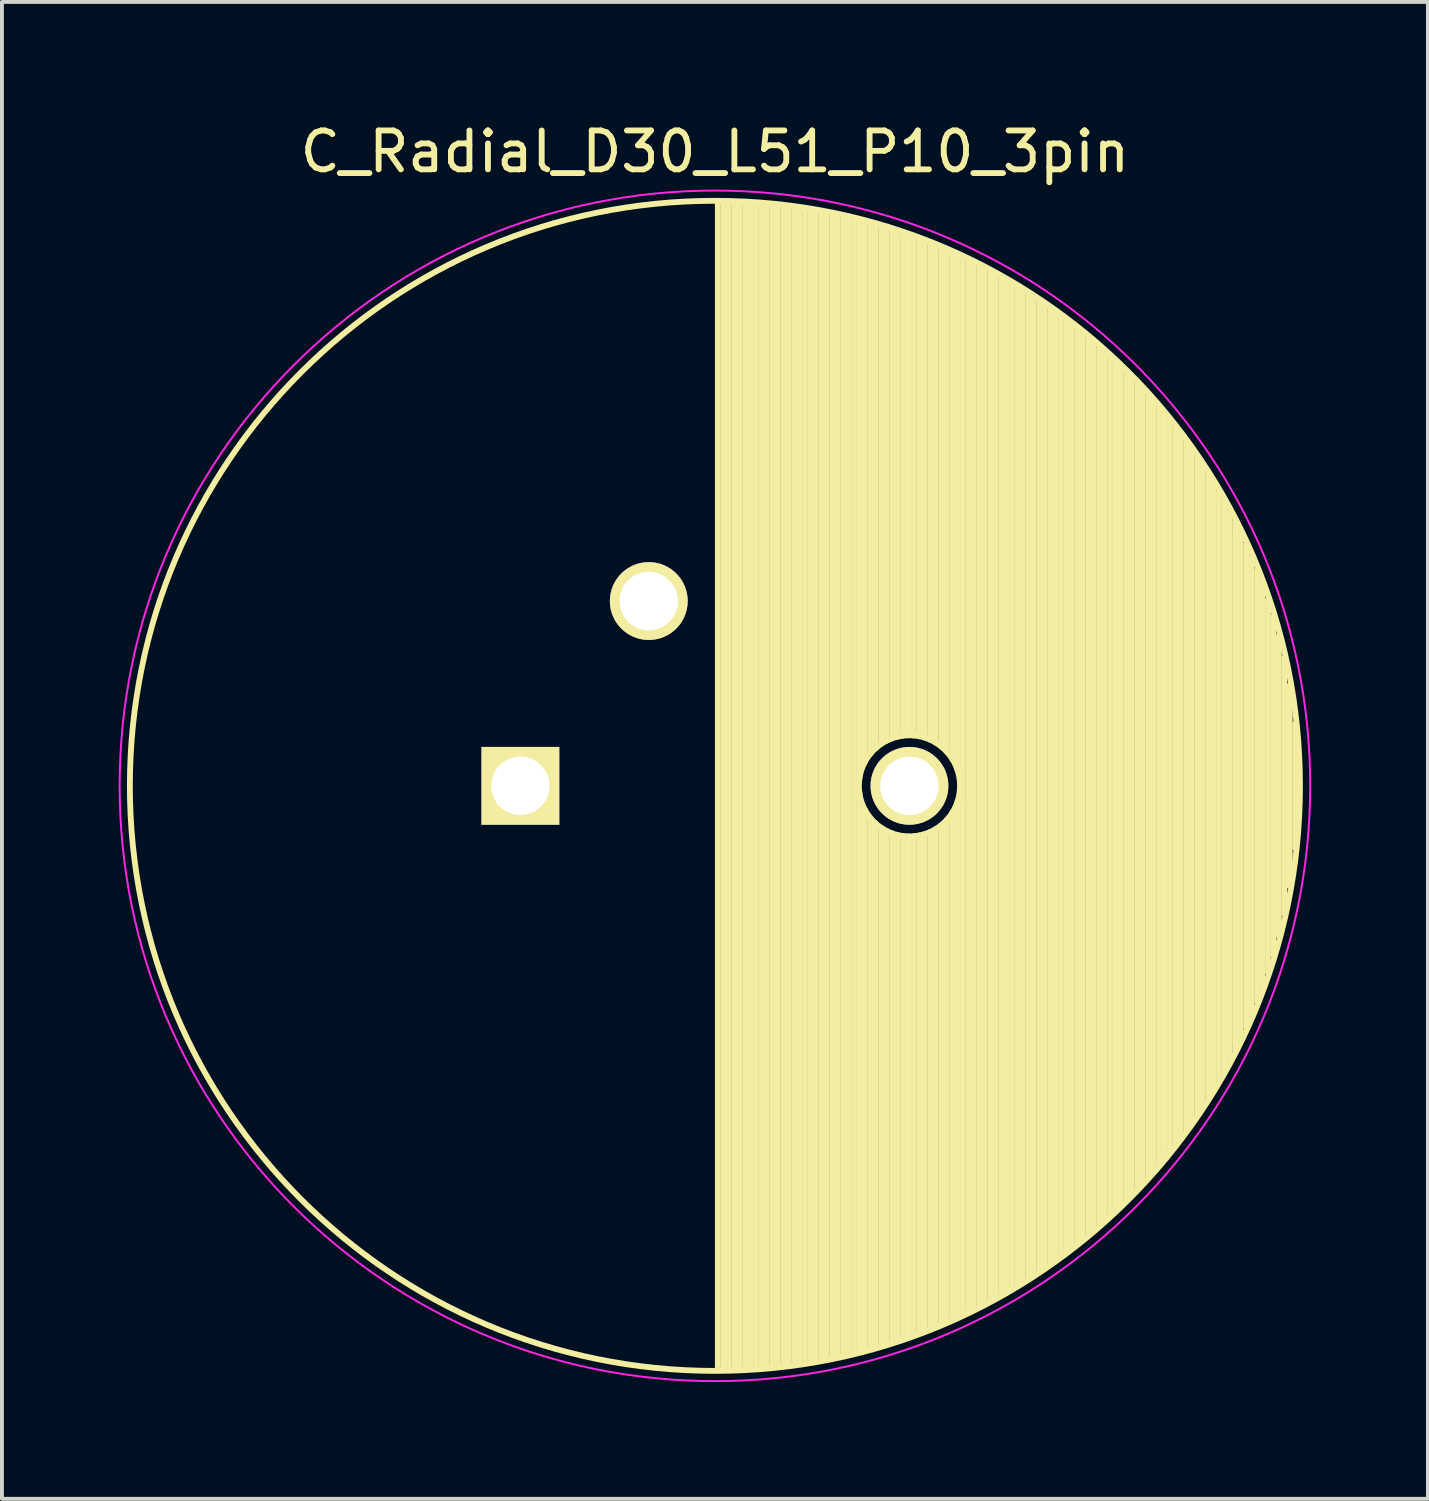
<source format=kicad_pcb>
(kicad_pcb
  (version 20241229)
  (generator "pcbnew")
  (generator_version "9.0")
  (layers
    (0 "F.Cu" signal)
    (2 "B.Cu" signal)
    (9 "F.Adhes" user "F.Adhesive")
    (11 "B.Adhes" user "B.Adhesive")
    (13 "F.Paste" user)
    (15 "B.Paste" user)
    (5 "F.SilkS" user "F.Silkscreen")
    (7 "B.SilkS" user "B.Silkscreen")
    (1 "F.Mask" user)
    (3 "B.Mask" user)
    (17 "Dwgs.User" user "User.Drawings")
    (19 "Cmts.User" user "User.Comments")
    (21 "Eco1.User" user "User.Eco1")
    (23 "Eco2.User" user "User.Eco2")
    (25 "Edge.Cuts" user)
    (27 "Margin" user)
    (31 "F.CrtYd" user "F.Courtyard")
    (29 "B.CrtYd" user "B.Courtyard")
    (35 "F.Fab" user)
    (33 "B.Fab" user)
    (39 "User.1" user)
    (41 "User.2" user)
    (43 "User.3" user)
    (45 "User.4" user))
  (footprint "C_Radial_D30_L51_P10_3pin"
    (layer "F.Cu")
    (at 10.325 17.148)
    (property "Reference" "C_Radial_D30_L51_P10_3pin" (at 5 -16.3 0) (layer "F.SilkS") (effects (font (size 1 1) (thickness 0.15))))
    (attr through_hole)
    (fp_line (start 5.075 -15) (end 5.075 15) (stroke (width 0.15) (type solid)) (layer "F.SilkS"))
    (fp_line (start 5.215 -14.998) (end 5.215 14.998) (stroke (width 0.15) (type solid)) (layer "F.SilkS"))
    (fp_line (start 5.355 -14.996) (end 5.355 14.996) (stroke (width 0.15) (type solid)) (layer "F.SilkS"))
    (fp_line (start 5.495 -14.992) (end 5.495 14.992) (stroke (width 0.15) (type solid)) (layer "F.SilkS"))
    (fp_line (start 5.635 -14.987) (end 5.635 14.987) (stroke (width 0.15) (type solid)) (layer "F.SilkS"))
    (fp_line (start 5.775 -14.98) (end 5.775 14.98) (stroke (width 0.15) (type solid)) (layer "F.SilkS"))
    (fp_line (start 5.915 -14.972) (end 5.915 14.972) (stroke (width 0.15) (type solid)) (layer "F.SilkS"))
    (fp_line (start 6.055 -14.963) (end 6.055 14.963) (stroke (width 0.15) (type solid)) (layer "F.SilkS"))
    (fp_line (start 6.195 -14.952) (end 6.195 14.952) (stroke (width 0.15) (type solid)) (layer "F.SilkS"))
    (fp_line (start 6.335 -14.94) (end 6.335 14.94) (stroke (width 0.15) (type solid)) (layer "F.SilkS"))
    (fp_line (start 6.475 -14.927) (end 6.475 14.927) (stroke (width 0.15) (type solid)) (layer "F.SilkS"))
    (fp_line (start 6.615 -14.913) (end 6.615 14.913) (stroke (width 0.15) (type solid)) (layer "F.SilkS"))
    (fp_line (start 6.755 -14.897) (end 6.755 14.897) (stroke (width 0.15) (type solid)) (layer "F.SilkS"))
    (fp_line (start 6.895 -14.88) (end 6.895 14.88) (stroke (width 0.15) (type solid)) (layer "F.SilkS"))
    (fp_line (start 7.035 -14.861) (end 7.035 14.861) (stroke (width 0.15) (type solid)) (layer "F.SilkS"))
    (fp_line (start 7.175 -14.841) (end 7.175 14.841) (stroke (width 0.15) (type solid)) (layer "F.SilkS"))
    (fp_line (start 7.315 -14.82) (end 7.315 14.82) (stroke (width 0.15) (type solid)) (layer "F.SilkS"))
    (fp_line (start 7.455 -14.798) (end 7.455 14.798) (stroke (width 0.15) (type solid)) (layer "F.SilkS"))
    (fp_line (start 7.595 -14.774) (end 7.595 14.774) (stroke (width 0.15) (type solid)) (layer "F.SilkS"))
    (fp_line (start 7.735 -14.749) (end 7.735 14.749) (stroke (width 0.15) (type solid)) (layer "F.SilkS"))
    (fp_line (start 7.875 -14.722) (end 7.875 14.722) (stroke (width 0.15) (type solid)) (layer "F.SilkS"))
    (fp_line (start 8.015 -14.694) (end 8.015 14.694) (stroke (width 0.15) (type solid)) (layer "F.SilkS"))
    (fp_line (start 8.155 -14.664) (end 8.155 14.664) (stroke (width 0.15) (type solid)) (layer "F.SilkS"))
    (fp_line (start 8.295 -14.634) (end 8.295 14.634) (stroke (width 0.15) (type solid)) (layer "F.SilkS"))
    (fp_line (start 8.435 -14.601) (end 8.435 14.601) (stroke (width 0.15) (type solid)) (layer "F.SilkS"))
    (fp_line (start 8.575 -14.568) (end 8.575 14.568) (stroke (width 0.15) (type solid)) (layer "F.SilkS"))
    (fp_line (start 8.715 -14.533) (end 8.715 -0.197) (stroke (width 0.15) (type solid)) (layer "F.SilkS"))
    (fp_line (start 8.715 0.197) (end 8.715 14.533) (stroke (width 0.15) (type solid)) (layer "F.SilkS"))
    (fp_line (start 8.855 -14.496) (end 8.855 -0.616) (stroke (width 0.15) (type solid)) (layer "F.SilkS"))
    (fp_line (start 8.855 0.616) (end 8.855 14.496) (stroke (width 0.15) (type solid)) (layer "F.SilkS"))
    (fp_line (start 8.995 -14.458) (end 8.995 -0.825) (stroke (width 0.15) (type solid)) (layer "F.SilkS"))
    (fp_line (start 8.995 0.825) (end 8.995 14.458) (stroke (width 0.15) (type solid)) (layer "F.SilkS"))
    (fp_line (start 9.135 -14.419) (end 9.135 -0.97) (stroke (width 0.15) (type solid)) (layer "F.SilkS"))
    (fp_line (start 9.135 0.97) (end 9.135 14.419) (stroke (width 0.15) (type solid)) (layer "F.SilkS"))
    (fp_line (start 9.275 -14.378) (end 9.275 -1.079) (stroke (width 0.15) (type solid)) (layer "F.SilkS"))
    (fp_line (start 9.275 1.079) (end 9.275 14.378) (stroke (width 0.15) (type solid)) (layer "F.SilkS"))
    (fp_line (start 9.415 -14.336) (end 9.415 -1.161) (stroke (width 0.15) (type solid)) (layer "F.SilkS"))
    (fp_line (start 9.415 1.161) (end 9.415 14.336) (stroke (width 0.15) (type solid)) (layer "F.SilkS"))
    (fp_line (start 9.555 -14.292) (end 9.555 -1.221) (stroke (width 0.15) (type solid)) (layer "F.SilkS"))
    (fp_line (start 9.555 1.221) (end 9.555 14.292) (stroke (width 0.15) (type solid)) (layer "F.SilkS"))
    (fp_line (start 9.695 -14.246) (end 9.695 -1.264) (stroke (width 0.15) (type solid)) (layer "F.SilkS"))
    (fp_line (start 9.695 1.264) (end 9.695 14.246) (stroke (width 0.15) (type solid)) (layer "F.SilkS"))
    (fp_line (start 9.835 -14.199) (end 9.835 -1.289) (stroke (width 0.15) (type solid)) (layer "F.SilkS"))
    (fp_line (start 9.835 1.289) (end 9.835 14.199) (stroke (width 0.15) (type solid)) (layer "F.SilkS"))
    (fp_line (start 9.975 -14.151) (end 9.975 -1.3) (stroke (width 0.15) (type solid)) (layer "F.SilkS"))
    (fp_line (start 9.975 1.3) (end 9.975 14.151) (stroke (width 0.15) (type solid)) (layer "F.SilkS"))
    (fp_line (start 10.115 -14.101) (end 10.115 -1.295) (stroke (width 0.15) (type solid)) (layer "F.SilkS"))
    (fp_line (start 10.115 1.295) (end 10.115 14.101) (stroke (width 0.15) (type solid)) (layer "F.SilkS"))
    (fp_line (start 10.255 -14.049) (end 10.255 -1.275) (stroke (width 0.15) (type solid)) (layer "F.SilkS"))
    (fp_line (start 10.255 1.275) (end 10.255 14.049) (stroke (width 0.15) (type solid)) (layer "F.SilkS"))
    (fp_line (start 10.395 -13.996) (end 10.395 -1.239) (stroke (width 0.15) (type solid)) (layer "F.SilkS"))
    (fp_line (start 10.395 1.239) (end 10.395 13.996) (stroke (width 0.15) (type solid)) (layer "F.SilkS"))
    (fp_line (start 10.535 -13.941) (end 10.535 -1.185) (stroke (width 0.15) (type solid)) (layer "F.SilkS"))
    (fp_line (start 10.535 1.185) (end 10.535 13.941) (stroke (width 0.15) (type solid)) (layer "F.SilkS"))
    (fp_line (start 10.675 -13.885) (end 10.675 -1.111) (stroke (width 0.15) (type solid)) (layer "F.SilkS"))
    (fp_line (start 10.675 1.111) (end 10.675 13.885) (stroke (width 0.15) (type solid)) (layer "F.SilkS"))
    (fp_line (start 10.815 -13.827) (end 10.815 -1.013) (stroke (width 0.15) (type solid)) (layer "F.SilkS"))
    (fp_line (start 10.815 1.013) (end 10.815 13.827) (stroke (width 0.15) (type solid)) (layer "F.SilkS"))
    (fp_line (start 10.955 -13.767) (end 10.955 -0.882) (stroke (width 0.15) (type solid)) (layer "F.SilkS"))
    (fp_line (start 10.955 0.882) (end 10.955 13.767) (stroke (width 0.15) (type solid)) (layer "F.SilkS"))
    (fp_line (start 11.095 -13.706) (end 11.095 -0.701) (stroke (width 0.15) (type solid)) (layer "F.SilkS"))
    (fp_line (start 11.095 0.701) (end 11.095 13.706) (stroke (width 0.15) (type solid)) (layer "F.SilkS"))
    (fp_line (start 11.235 -13.643) (end 11.235 -0.406) (stroke (width 0.15) (type solid)) (layer "F.SilkS"))
    (fp_line (start 11.235 0.406) (end 11.235 13.643) (stroke (width 0.15) (type solid)) (layer "F.SilkS"))
    (fp_line (start 11.375 -13.578) (end 11.375 13.578) (stroke (width 0.15) (type solid)) (layer "F.SilkS"))
    (fp_line (start 11.515 -13.511) (end 11.515 13.511) (stroke (width 0.15) (type solid)) (layer "F.SilkS"))
    (fp_line (start 11.655 -13.443) (end 11.655 13.443) (stroke (width 0.15) (type solid)) (layer "F.SilkS"))
    (fp_line (start 11.795 -13.373) (end 11.795 13.373) (stroke (width 0.15) (type solid)) (layer "F.SilkS"))
    (fp_line (start 11.935 -13.301) (end 11.935 13.301) (stroke (width 0.15) (type solid)) (layer "F.SilkS"))
    (fp_line (start 12.075 -13.227) (end 12.075 13.227) (stroke (width 0.15) (type solid)) (layer "F.SilkS"))
    (fp_line (start 12.215 -13.151) (end 12.215 13.151) (stroke (width 0.15) (type solid)) (layer "F.SilkS"))
    (fp_line (start 12.355 -13.073) (end 12.355 13.073) (stroke (width 0.15) (type solid)) (layer "F.SilkS"))
    (fp_line (start 12.495 -12.993) (end 12.495 12.993) (stroke (width 0.15) (type solid)) (layer "F.SilkS"))
    (fp_line (start 12.635 -12.911) (end 12.635 12.911) (stroke (width 0.15) (type solid)) (layer "F.SilkS"))
    (fp_line (start 12.775 -12.828) (end 12.775 12.828) (stroke (width 0.15) (type solid)) (layer "F.SilkS"))
    (fp_line (start 12.915 -12.742) (end 12.915 12.742) (stroke (width 0.15) (type solid)) (layer "F.SilkS"))
    (fp_line (start 13.055 -12.654) (end 13.055 12.654) (stroke (width 0.15) (type solid)) (layer "F.SilkS"))
    (fp_line (start 13.195 -12.564) (end 13.195 12.564) (stroke (width 0.15) (type solid)) (layer "F.SilkS"))
    (fp_line (start 13.335 -12.471) (end 13.335 12.471) (stroke (width 0.15) (type solid)) (layer "F.SilkS"))
    (fp_line (start 13.475 -12.376) (end 13.475 12.376) (stroke (width 0.15) (type solid)) (layer "F.SilkS"))
    (fp_line (start 13.615 -12.279) (end 13.615 12.279) (stroke (width 0.15) (type solid)) (layer "F.SilkS"))
    (fp_line (start 13.755 -12.18) (end 13.755 12.18) (stroke (width 0.15) (type solid)) (layer "F.SilkS"))
    (fp_line (start 13.895 -12.078) (end 13.895 12.078) (stroke (width 0.15) (type solid)) (layer "F.SilkS"))
    (fp_line (start 14.035 -11.974) (end 14.035 11.974) (stroke (width 0.15) (type solid)) (layer "F.SilkS"))
    (fp_line (start 14.175 -11.867) (end 14.175 11.867) (stroke (width 0.15) (type solid)) (layer "F.SilkS"))
    (fp_line (start 14.315 -11.757) (end 14.315 11.757) (stroke (width 0.15) (type solid)) (layer "F.SilkS"))
    (fp_line (start 14.455 -11.645) (end 14.455 11.645) (stroke (width 0.15) (type solid)) (layer "F.SilkS"))
    (fp_line (start 14.595 -11.53) (end 14.595 11.53) (stroke (width 0.15) (type solid)) (layer "F.SilkS"))
    (fp_line (start 14.735 -11.412) (end 14.735 11.412) (stroke (width 0.15) (type solid)) (layer "F.SilkS"))
    (fp_line (start 14.875 -11.291) (end 14.875 11.291) (stroke (width 0.15) (type solid)) (layer "F.SilkS"))
    (fp_line (start 15.015 -11.167) (end 15.015 11.167) (stroke (width 0.15) (type solid)) (layer "F.SilkS"))
    (fp_line (start 15.155 -11.04) (end 15.155 11.04) (stroke (width 0.15) (type solid)) (layer "F.SilkS"))
    (fp_line (start 15.295 -10.909) (end 15.295 10.909) (stroke (width 0.15) (type solid)) (layer "F.SilkS"))
    (fp_line (start 15.435 -10.775) (end 15.435 10.775) (stroke (width 0.15) (type solid)) (layer "F.SilkS"))
    (fp_line (start 15.575 -10.638) (end 15.575 10.638) (stroke (width 0.15) (type solid)) (layer "F.SilkS"))
    (fp_line (start 15.715 -10.497) (end 15.715 10.497) (stroke (width 0.15) (type solid)) (layer "F.SilkS"))
    (fp_line (start 15.855 -10.352) (end 15.855 10.352) (stroke (width 0.15) (type solid)) (layer "F.SilkS"))
    (fp_line (start 15.995 -10.203) (end 15.995 10.203) (stroke (width 0.15) (type solid)) (layer "F.SilkS"))
    (fp_line (start 16.135 -10.05) (end 16.135 10.05) (stroke (width 0.15) (type solid)) (layer "F.SilkS"))
    (fp_line (start 16.275 -9.893) (end 16.275 9.893) (stroke (width 0.15) (type solid)) (layer "F.SilkS"))
    (fp_line (start 16.415 -9.731) (end 16.415 9.731) (stroke (width 0.15) (type solid)) (layer "F.SilkS"))
    (fp_line (start 16.555 -9.565) (end 16.555 9.565) (stroke (width 0.15) (type solid)) (layer "F.SilkS"))
    (fp_line (start 16.695 -9.393) (end 16.695 9.393) (stroke (width 0.15) (type solid)) (layer "F.SilkS"))
    (fp_line (start 16.835 -9.216) (end 16.835 9.216) (stroke (width 0.15) (type solid)) (layer "F.SilkS"))
    (fp_line (start 16.975 -9.033) (end 16.975 9.033) (stroke (width 0.15) (type solid)) (layer "F.SilkS"))
    (fp_line (start 17.115 -8.845) (end 17.115 8.845) (stroke (width 0.15) (type solid)) (layer "F.SilkS"))
    (fp_line (start 17.255 -8.65) (end 17.255 8.65) (stroke (width 0.15) (type solid)) (layer "F.SilkS"))
    (fp_line (start 17.395 -8.448) (end 17.395 8.448) (stroke (width 0.15) (type solid)) (layer "F.SilkS"))
    (fp_line (start 17.535 -8.239) (end 17.535 8.239) (stroke (width 0.15) (type solid)) (layer "F.SilkS"))
    (fp_line (start 17.675 -8.021) (end 17.675 8.021) (stroke (width 0.15) (type solid)) (layer "F.SilkS"))
    (fp_line (start 17.815 -7.796) (end 17.815 7.796) (stroke (width 0.15) (type solid)) (layer "F.SilkS"))
    (fp_line (start 17.955 -7.561) (end 17.955 7.561) (stroke (width 0.15) (type solid)) (layer "F.SilkS"))
    (fp_line (start 18.095 -7.316) (end 18.095 7.316) (stroke (width 0.15) (type solid)) (layer "F.SilkS"))
    (fp_line (start 18.235 -7.059) (end 18.235 7.059) (stroke (width 0.15) (type solid)) (layer "F.SilkS"))
    (fp_line (start 18.375 -6.79) (end 18.375 6.79) (stroke (width 0.15) (type solid)) (layer "F.SilkS"))
    (fp_line (start 18.515 -6.507) (end 18.515 6.507) (stroke (width 0.15) (type solid)) (layer "F.SilkS"))
    (fp_line (start 18.655 -6.208) (end 18.655 6.208) (stroke (width 0.15) (type solid)) (layer "F.SilkS"))
    (fp_line (start 18.795 -5.89) (end 18.795 5.89) (stroke (width 0.15) (type solid)) (layer "F.SilkS"))
    (fp_line (start 18.935 -5.551) (end 18.935 5.551) (stroke (width 0.15) (type solid)) (layer "F.SilkS"))
    (fp_line (start 19.075 -5.186) (end 19.075 5.186) (stroke (width 0.15) (type solid)) (layer "F.SilkS"))
    (fp_line (start 19.215 -4.789) (end 19.215 4.789) (stroke (width 0.15) (type solid)) (layer "F.SilkS"))
    (fp_line (start 19.355 -4.351) (end 19.355 4.351) (stroke (width 0.15) (type solid)) (layer "F.SilkS"))
    (fp_line (start 19.495 -3.859) (end 19.495 3.859) (stroke (width 0.15) (type solid)) (layer "F.SilkS"))
    (fp_line (start 19.635 -3.289) (end 19.635 3.289) (stroke (width 0.15) (type solid)) (layer "F.SilkS"))
    (fp_line (start 19.775 -2.588) (end 19.775 2.588) (stroke (width 0.15) (type solid)) (layer "F.SilkS"))
    (fp_line (start 19.915 -1.595) (end 19.915 1.595) (stroke (width 0.15) (type solid)) (layer "F.SilkS"))
    (fp_circle (center 5 0) (end 5 -15.037) (stroke (width 0.15) (type solid)) (fill no) (layer "F.SilkS"))
    (fp_circle (center 10 0) (end 10 -1.3) (stroke (width 0.15) (type solid)) (fill no) (layer "F.SilkS"))
    (fp_circle (center 5 0) (end 5 -15.3) (stroke (width 0.05) (type solid)) (fill no) (layer "F.CrtYd"))
    (pad "1" thru_hole rect (at 0 0) (size 2 2) (drill 1.5) (layers "*.Cu" "*.Mask" "F.SilkS"))
    (pad "2" thru_hole circle (at 10 0) (size 2 2) (drill 1.5) (layers "*.Cu" "*.Mask" "F.SilkS"))
    (pad "3" thru_hole circle (at 3.3 -4.75) (size 2 2) (drill 1.5) (layers "*.Cu" "*.Mask" "F.SilkS")))
  (gr_rect
    (start -3 -3)
    (end 33.65 35.473)
    (stroke (width 0.1) (type default))
    (fill no)
    (layer "Edge.Cuts")))
</source>
